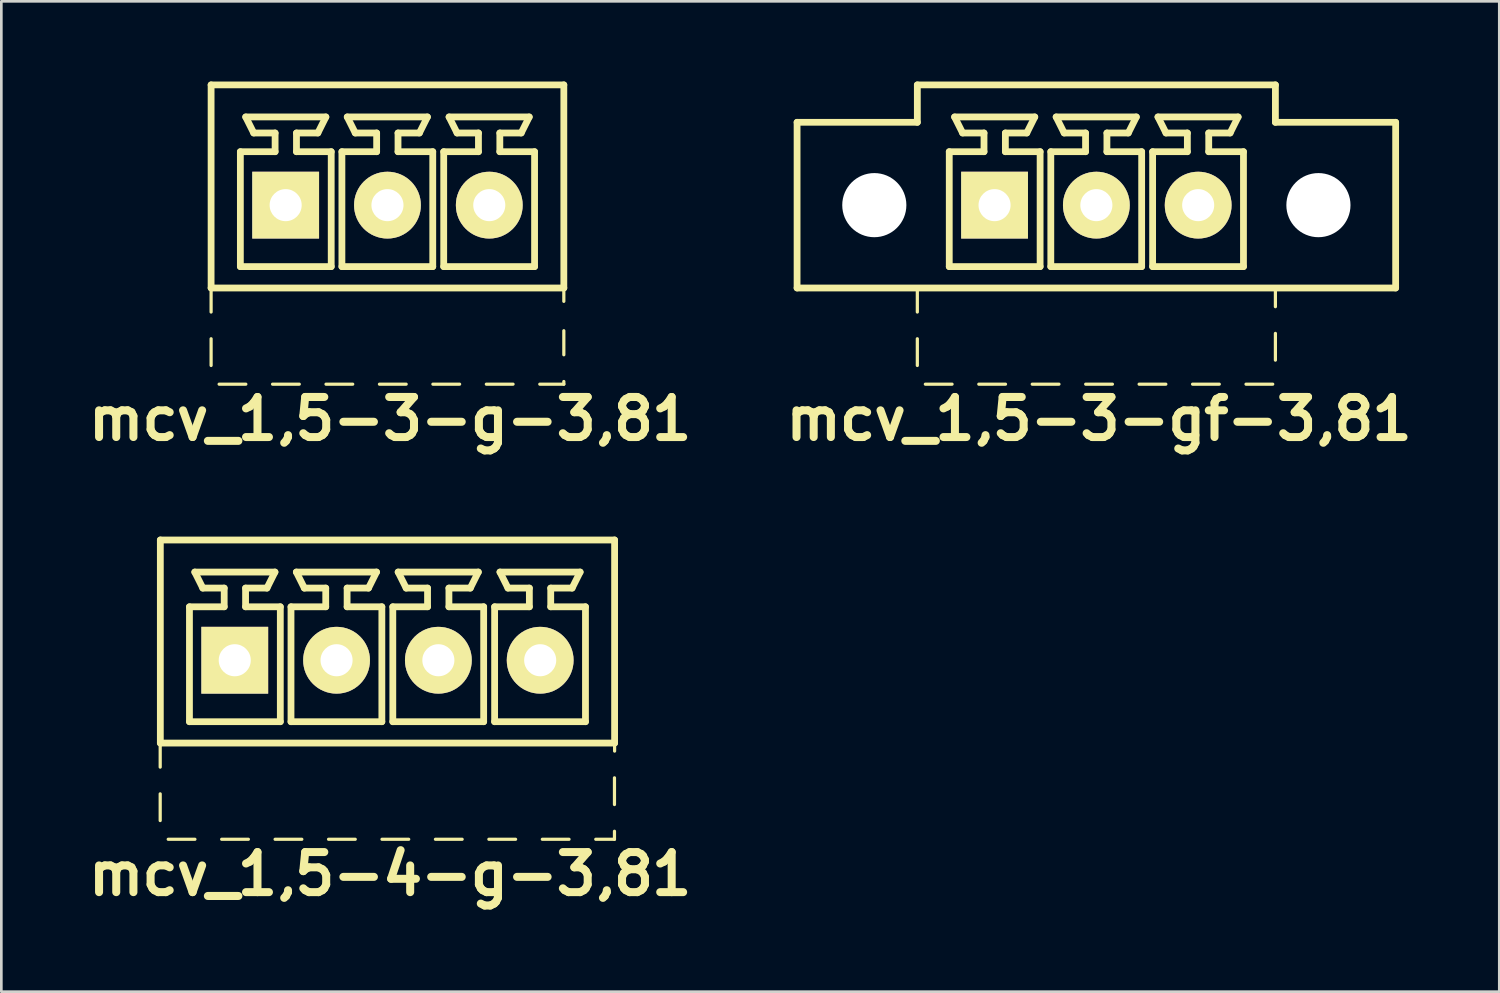
<source format=kicad_pcb>
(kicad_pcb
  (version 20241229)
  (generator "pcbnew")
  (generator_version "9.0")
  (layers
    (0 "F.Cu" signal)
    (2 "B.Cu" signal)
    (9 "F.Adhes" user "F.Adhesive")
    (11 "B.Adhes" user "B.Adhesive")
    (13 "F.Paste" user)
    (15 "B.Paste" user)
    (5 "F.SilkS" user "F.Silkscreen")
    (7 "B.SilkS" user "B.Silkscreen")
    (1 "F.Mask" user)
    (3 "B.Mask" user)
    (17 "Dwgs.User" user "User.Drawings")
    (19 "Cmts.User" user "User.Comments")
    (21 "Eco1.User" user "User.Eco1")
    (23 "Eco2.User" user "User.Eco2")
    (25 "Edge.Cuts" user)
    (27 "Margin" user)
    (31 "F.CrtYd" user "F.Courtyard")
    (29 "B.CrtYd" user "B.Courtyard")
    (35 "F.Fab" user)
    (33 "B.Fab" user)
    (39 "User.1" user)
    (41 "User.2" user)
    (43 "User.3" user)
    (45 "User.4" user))
  (footprint "mcv_1,5-3-gf-3,81"
    (layer "F.Cu")
    (at 37.979 4.627)
    (property "Reference" "mcv_1,5-3-gf-3,81" (at 0.1 8 0) (layer "F.SilkS") (effects (font (size 1.5 1.5) (thickness 0.3))))
    (attr through_hole)
    (fp_line (start -11.2 3.1) (end -11.2 -3.1) (stroke (width 0.254) (type solid)) (layer "F.SilkS"))
    (fp_line (start -11.2 3.1) (end 11.2 3.1) (stroke (width 0.254) (type solid)) (layer "F.SilkS"))
    (fp_line (start -6.7 -4.5) (end -6.7 -3.1) (stroke (width 0.254) (type solid)) (layer "F.SilkS"))
    (fp_line (start -6.7 -4.5) (end 6.7 -4.5) (stroke (width 0.254) (type solid)) (layer "F.SilkS"))
    (fp_line (start -6.7 -3.1) (end -11.2 -3.1) (stroke (width 0.254) (type solid)) (layer "F.SilkS"))
    (fp_line (start -6.7 3.1) (end -6.7 4) (stroke (width 0.12) (type solid)) (layer "F.SilkS"))
    (fp_line (start -6.7 5) (end -6.7 6) (stroke (width 0.12) (type solid)) (layer "F.SilkS"))
    (fp_line (start -6.4 6.7) (end -5.4 6.7) (stroke (width 0.12) (type solid)) (layer "F.SilkS"))
    (fp_line (start -5.505 -2) (end -4.205 -2) (stroke (width 0.254) (type solid)) (layer "F.SilkS"))
    (fp_line (start -5.505 2.3) (end -5.505 -2) (stroke (width 0.254) (type solid)) (layer "F.SilkS"))
    (fp_line (start -5.305 -3.3) (end -2.305 -3.3) (stroke (width 0.254) (type solid)) (layer "F.SilkS"))
    (fp_line (start -5.005 -2.7) (end -5.305 -3.3) (stroke (width 0.254) (type solid)) (layer "F.SilkS"))
    (fp_line (start -4.4 6.7) (end -3.4 6.7) (stroke (width 0.12) (type solid)) (layer "F.SilkS"))
    (fp_line (start -4.205 -2.7) (end -5.005 -2.7) (stroke (width 0.254) (type solid)) (layer "F.SilkS"))
    (fp_line (start -4.205 -2) (end -4.205 -2.7) (stroke (width 0.254) (type solid)) (layer "F.SilkS"))
    (fp_line (start -3.405 -2.7) (end -3.405 -2) (stroke (width 0.254) (type solid)) (layer "F.SilkS"))
    (fp_line (start -3.405 -2) (end -2.105 -2) (stroke (width 0.254) (type solid)) (layer "F.SilkS"))
    (fp_line (start -2.605 -2.7) (end -3.405 -2.7) (stroke (width 0.254) (type solid)) (layer "F.SilkS"))
    (fp_line (start -2.605 -2.7) (end -2.305 -3.3) (stroke (width 0.254) (type solid)) (layer "F.SilkS"))
    (fp_line (start -2.4 6.7) (end -1.4 6.7) (stroke (width 0.12) (type solid)) (layer "F.SilkS"))
    (fp_line (start -2.105 -2) (end -2.105 2.3) (stroke (width 0.254) (type solid)) (layer "F.SilkS"))
    (fp_line (start -2.105 2.3) (end -5.505 2.3) (stroke (width 0.254) (type solid)) (layer "F.SilkS"))
    (fp_line (start -1.705 -2) (end -0.405 -2) (stroke (width 0.254) (type solid)) (layer "F.SilkS"))
    (fp_line (start -1.705 2.3) (end -1.705 -2) (stroke (width 0.254) (type solid)) (layer "F.SilkS"))
    (fp_line (start -1.505 -3.3) (end 1.495 -3.3) (stroke (width 0.254) (type solid)) (layer "F.SilkS"))
    (fp_line (start -1.205 -2.7) (end -1.505 -3.3) (stroke (width 0.254) (type solid)) (layer "F.SilkS"))
    (fp_line (start -0.405 -2.7) (end -1.205 -2.7) (stroke (width 0.254) (type solid)) (layer "F.SilkS"))
    (fp_line (start -0.405 -2) (end -0.405 -2.7) (stroke (width 0.254) (type solid)) (layer "F.SilkS"))
    (fp_line (start -0.4 6.7) (end 0.6 6.7) (stroke (width 0.12) (type solid)) (layer "F.SilkS"))
    (fp_line (start 0.395 -2.7) (end 0.395 -2) (stroke (width 0.254) (type solid)) (layer "F.SilkS"))
    (fp_line (start 0.395 -2) (end 1.695 -2) (stroke (width 0.254) (type solid)) (layer "F.SilkS"))
    (fp_line (start 1.195 -2.7) (end 0.395 -2.7) (stroke (width 0.254) (type solid)) (layer "F.SilkS"))
    (fp_line (start 1.195 -2.7) (end 1.495 -3.3) (stroke (width 0.254) (type solid)) (layer "F.SilkS"))
    (fp_line (start 1.6 6.7) (end 2.6 6.7) (stroke (width 0.12) (type solid)) (layer "F.SilkS"))
    (fp_line (start 1.695 -2) (end 1.695 2.3) (stroke (width 0.254) (type solid)) (layer "F.SilkS"))
    (fp_line (start 1.695 2.3) (end -1.705 2.3) (stroke (width 0.254) (type solid)) (layer "F.SilkS"))
    (fp_line (start 2.105 -2) (end 3.405 -2) (stroke (width 0.254) (type solid)) (layer "F.SilkS"))
    (fp_line (start 2.105 2.3) (end 2.105 -2) (stroke (width 0.254) (type solid)) (layer "F.SilkS"))
    (fp_line (start 2.305 -3.3) (end 5.305 -3.3) (stroke (width 0.254) (type solid)) (layer "F.SilkS"))
    (fp_line (start 2.605 -2.7) (end 2.305 -3.3) (stroke (width 0.254) (type solid)) (layer "F.SilkS"))
    (fp_line (start 3.405 -2.7) (end 2.605 -2.7) (stroke (width 0.254) (type solid)) (layer "F.SilkS"))
    (fp_line (start 3.405 -2) (end 3.405 -2.7) (stroke (width 0.254) (type solid)) (layer "F.SilkS"))
    (fp_line (start 3.6 6.7) (end 4.6 6.7) (stroke (width 0.12) (type solid)) (layer "F.SilkS"))
    (fp_line (start 4.205 -2.7) (end 4.205 -2) (stroke (width 0.254) (type solid)) (layer "F.SilkS"))
    (fp_line (start 4.205 -2) (end 5.505 -2) (stroke (width 0.254) (type solid)) (layer "F.SilkS"))
    (fp_line (start 5.005 -2.7) (end 4.205 -2.7) (stroke (width 0.254) (type solid)) (layer "F.SilkS"))
    (fp_line (start 5.005 -2.7) (end 5.305 -3.3) (stroke (width 0.254) (type solid)) (layer "F.SilkS"))
    (fp_line (start 5.505 -2) (end 5.505 2.3) (stroke (width 0.254) (type solid)) (layer "F.SilkS"))
    (fp_line (start 5.505 2.3) (end 2.105 2.3) (stroke (width 0.254) (type solid)) (layer "F.SilkS"))
    (fp_line (start 5.6 6.7) (end 6.6 6.7) (stroke (width 0.12) (type solid)) (layer "F.SilkS"))
    (fp_line (start 6.7 -4.5) (end 6.7 -3.1) (stroke (width 0.254) (type solid)) (layer "F.SilkS"))
    (fp_line (start 6.7 -3.1) (end 11.2 -3.1) (stroke (width 0.254) (type solid)) (layer "F.SilkS"))
    (fp_line (start 6.7 3.8) (end 6.7 3.1) (stroke (width 0.12) (type solid)) (layer "F.SilkS"))
    (fp_line (start 6.7 5.8) (end 6.7 4.8) (stroke (width 0.12) (type solid)) (layer "F.SilkS"))
    (fp_line (start 11.2 3.1) (end 11.2 -3.1) (stroke (width 0.254) (type solid)) (layer "F.SilkS"))
    (pad "" np_thru_hole circle (at -8.31 0) (size 2.4 2.4) (drill 2.4) (layers "*.Cu" "*.Mask"))
    (pad "" np_thru_hole circle (at 8.31 0) (size 2.4 2.4) (drill 2.4) (layers "*.Cu" "*.Mask"))
    (pad "1" thru_hole rect (at -3.81 0) (size 2.5 2.5) (drill 1.2) (layers "*.Cu" "*.Mask" "F.SilkS"))
    (pad "2" thru_hole circle (at 0 0) (size 2.5 2.5) (drill 1.2) (layers "*.Cu" "*.Mask" "F.SilkS"))
    (pad "3" thru_hole circle (at 3.81 0) (size 2.5 2.5) (drill 1.2) (layers "*.Cu" "*.Mask" "F.SilkS")))
  (footprint "mcv_1,5-3-g-3,81"
    (layer "F.Cu")
    (at 11.45 4.627)
    (property "Reference" "mcv_1,5-3-g-3,81" (at 0.1 8 0) (layer "F.SilkS") (effects (font (size 1.5 1.5) (thickness 0.3))))
    (attr through_hole)
    (fp_line (start -6.6 -4.5) (end -6.6 3.1) (stroke (width 0.254) (type solid)) (layer "F.SilkS"))
    (fp_line (start -6.6 -4.5) (end 6.6 -4.5) (stroke (width 0.254) (type solid)) (layer "F.SilkS"))
    (fp_line (start -6.6 3.1) (end -6.6 4) (stroke (width 0.12) (type solid)) (layer "F.SilkS"))
    (fp_line (start -6.6 3.1) (end 6.6 3.1) (stroke (width 0.254) (type solid)) (layer "F.SilkS"))
    (fp_line (start -6.6 5) (end -6.6 6) (stroke (width 0.12) (type solid)) (layer "F.SilkS"))
    (fp_line (start -6.3 6.7) (end -5.3 6.7) (stroke (width 0.12) (type solid)) (layer "F.SilkS"))
    (fp_line (start -5.505 -2) (end -4.205 -2) (stroke (width 0.254) (type solid)) (layer "F.SilkS"))
    (fp_line (start -5.505 2.3) (end -5.505 -2) (stroke (width 0.254) (type solid)) (layer "F.SilkS"))
    (fp_line (start -5.305 -3.3) (end -2.305 -3.3) (stroke (width 0.254) (type solid)) (layer "F.SilkS"))
    (fp_line (start -5.005 -2.7) (end -5.305 -3.3) (stroke (width 0.254) (type solid)) (layer "F.SilkS"))
    (fp_line (start -4.3 6.7) (end -3.3 6.7) (stroke (width 0.12) (type solid)) (layer "F.SilkS"))
    (fp_line (start -4.205 -2.7) (end -5.005 -2.7) (stroke (width 0.254) (type solid)) (layer "F.SilkS"))
    (fp_line (start -4.205 -2) (end -4.205 -2.7) (stroke (width 0.254) (type solid)) (layer "F.SilkS"))
    (fp_line (start -3.405 -2.7) (end -3.405 -2) (stroke (width 0.254) (type solid)) (layer "F.SilkS"))
    (fp_line (start -3.405 -2) (end -2.105 -2) (stroke (width 0.254) (type solid)) (layer "F.SilkS"))
    (fp_line (start -2.605 -2.7) (end -3.405 -2.7) (stroke (width 0.254) (type solid)) (layer "F.SilkS"))
    (fp_line (start -2.605 -2.7) (end -2.305 -3.3) (stroke (width 0.254) (type solid)) (layer "F.SilkS"))
    (fp_line (start -2.3 6.7) (end -1.3 6.7) (stroke (width 0.12) (type solid)) (layer "F.SilkS"))
    (fp_line (start -2.105 -2) (end -2.105 2.3) (stroke (width 0.254) (type solid)) (layer "F.SilkS"))
    (fp_line (start -2.105 2.3) (end -5.505 2.3) (stroke (width 0.254) (type solid)) (layer "F.SilkS"))
    (fp_line (start -1.705 -2) (end -0.405 -2) (stroke (width 0.254) (type solid)) (layer "F.SilkS"))
    (fp_line (start -1.705 2.3) (end -1.705 -2) (stroke (width 0.254) (type solid)) (layer "F.SilkS"))
    (fp_line (start -1.505 -3.3) (end 1.495 -3.3) (stroke (width 0.254) (type solid)) (layer "F.SilkS"))
    (fp_line (start -1.205 -2.7) (end -1.505 -3.3) (stroke (width 0.254) (type solid)) (layer "F.SilkS"))
    (fp_line (start -0.405 -2.7) (end -1.205 -2.7) (stroke (width 0.254) (type solid)) (layer "F.SilkS"))
    (fp_line (start -0.405 -2) (end -0.405 -2.7) (stroke (width 0.254) (type solid)) (layer "F.SilkS"))
    (fp_line (start -0.3 6.7) (end 0.7 6.7) (stroke (width 0.12) (type solid)) (layer "F.SilkS"))
    (fp_line (start 0.395 -2.7) (end 0.395 -2) (stroke (width 0.254) (type solid)) (layer "F.SilkS"))
    (fp_line (start 0.395 -2) (end 1.695 -2) (stroke (width 0.254) (type solid)) (layer "F.SilkS"))
    (fp_line (start 1.195 -2.7) (end 0.395 -2.7) (stroke (width 0.254) (type solid)) (layer "F.SilkS"))
    (fp_line (start 1.195 -2.7) (end 1.495 -3.3) (stroke (width 0.254) (type solid)) (layer "F.SilkS"))
    (fp_line (start 1.695 -2) (end 1.695 2.3) (stroke (width 0.254) (type solid)) (layer "F.SilkS"))
    (fp_line (start 1.695 2.3) (end -1.705 2.3) (stroke (width 0.254) (type solid)) (layer "F.SilkS"))
    (fp_line (start 1.7 6.7) (end 2.7 6.7) (stroke (width 0.12) (type solid)) (layer "F.SilkS"))
    (fp_line (start 2.105 -2) (end 3.405 -2) (stroke (width 0.254) (type solid)) (layer "F.SilkS"))
    (fp_line (start 2.105 2.3) (end 2.105 -2) (stroke (width 0.254) (type solid)) (layer "F.SilkS"))
    (fp_line (start 2.305 -3.3) (end 5.305 -3.3) (stroke (width 0.254) (type solid)) (layer "F.SilkS"))
    (fp_line (start 2.605 -2.7) (end 2.305 -3.3) (stroke (width 0.254) (type solid)) (layer "F.SilkS"))
    (fp_line (start 3.405 -2.7) (end 2.605 -2.7) (stroke (width 0.254) (type solid)) (layer "F.SilkS"))
    (fp_line (start 3.405 -2) (end 3.405 -2.7) (stroke (width 0.254) (type solid)) (layer "F.SilkS"))
    (fp_line (start 3.7 6.7) (end 4.7 6.7) (stroke (width 0.12) (type solid)) (layer "F.SilkS"))
    (fp_line (start 4.205 -2.7) (end 4.205 -2) (stroke (width 0.254) (type solid)) (layer "F.SilkS"))
    (fp_line (start 4.205 -2) (end 5.505 -2) (stroke (width 0.254) (type solid)) (layer "F.SilkS"))
    (fp_line (start 5.005 -2.7) (end 4.205 -2.7) (stroke (width 0.254) (type solid)) (layer "F.SilkS"))
    (fp_line (start 5.005 -2.7) (end 5.305 -3.3) (stroke (width 0.254) (type solid)) (layer "F.SilkS"))
    (fp_line (start 5.505 -2) (end 5.505 2.3) (stroke (width 0.254) (type solid)) (layer "F.SilkS"))
    (fp_line (start 5.505 2.3) (end 2.105 2.3) (stroke (width 0.254) (type solid)) (layer "F.SilkS"))
    (fp_line (start 5.7 6.7) (end 6.6 6.7) (stroke (width 0.12) (type solid)) (layer "F.SilkS"))
    (fp_line (start 6.6 -4.5) (end 6.6 3.1) (stroke (width 0.254) (type solid)) (layer "F.SilkS"))
    (fp_line (start 6.6 3.6) (end 6.6 3.1) (stroke (width 0.12) (type solid)) (layer "F.SilkS"))
    (fp_line (start 6.6 5.6) (end 6.6 4.7) (stroke (width 0.12) (type solid)) (layer "F.SilkS"))
    (fp_line (start 6.6 6.6) (end 6.6 6.7) (stroke (width 0.12) (type solid)) (layer "F.SilkS"))
    (pad "1" thru_hole rect (at -3.81 0) (size 2.5 2.5) (drill 1.2) (layers "*.Cu" "*.Mask" "F.SilkS"))
    (pad "2" thru_hole circle (at 0 0) (size 2.5 2.5) (drill 1.2) (layers "*.Cu" "*.Mask" "F.SilkS"))
    (pad "3" thru_hole circle (at 3.81 0) (size 2.5 2.5) (drill 1.2) (layers "*.Cu" "*.Mask" "F.SilkS")))
  (footprint "mcv_1,5-4-g-3,81"
    (layer "F.Cu")
    (at 11.45 21.658)
    (property "Reference" "mcv_1,5-4-g-3,81" (at 0.1 8 0) (layer "F.SilkS") (effects (font (size 1.5 1.5) (thickness 0.3))))
    (attr through_hole)
    (fp_line (start -8.505 3.1) (end -8.505 4) (stroke (width 0.12) (type solid)) (layer "F.SilkS"))
    (fp_line (start -8.505 5) (end -8.505 6) (stroke (width 0.12) (type solid)) (layer "F.SilkS"))
    (fp_line (start -8.5 -4.5) (end -8.5 3.1) (stroke (width 0.254) (type solid)) (layer "F.SilkS"))
    (fp_line (start -8.5 -4.5) (end 8.5 -4.5) (stroke (width 0.254) (type solid)) (layer "F.SilkS"))
    (fp_line (start -8.5 3.1) (end 8.5 3.1) (stroke (width 0.254) (type solid)) (layer "F.SilkS"))
    (fp_line (start -8.205 6.7) (end -7.205 6.7) (stroke (width 0.12) (type solid)) (layer "F.SilkS"))
    (fp_line (start -7.41 -2) (end -6.11 -2) (stroke (width 0.254) (type solid)) (layer "F.SilkS"))
    (fp_line (start -7.41 2.3) (end -7.41 -2) (stroke (width 0.254) (type solid)) (layer "F.SilkS"))
    (fp_line (start -7.21 -3.3) (end -4.21 -3.3) (stroke (width 0.254) (type solid)) (layer "F.SilkS"))
    (fp_line (start -6.91 -2.7) (end -7.21 -3.3) (stroke (width 0.254) (type solid)) (layer "F.SilkS"))
    (fp_line (start -6.205 6.7) (end -5.205 6.7) (stroke (width 0.12) (type solid)) (layer "F.SilkS"))
    (fp_line (start -6.11 -2.7) (end -6.91 -2.7) (stroke (width 0.254) (type solid)) (layer "F.SilkS"))
    (fp_line (start -6.11 -2) (end -6.11 -2.7) (stroke (width 0.254) (type solid)) (layer "F.SilkS"))
    (fp_line (start -5.31 -2.7) (end -5.31 -2) (stroke (width 0.254) (type solid)) (layer "F.SilkS"))
    (fp_line (start -5.31 -2) (end -4.01 -2) (stroke (width 0.254) (type solid)) (layer "F.SilkS"))
    (fp_line (start -4.51 -2.7) (end -5.31 -2.7) (stroke (width 0.254) (type solid)) (layer "F.SilkS"))
    (fp_line (start -4.51 -2.7) (end -4.21 -3.3) (stroke (width 0.254) (type solid)) (layer "F.SilkS"))
    (fp_line (start -4.205 6.7) (end -3.205 6.7) (stroke (width 0.12) (type solid)) (layer "F.SilkS"))
    (fp_line (start -4.01 -2) (end -4.01 2.3) (stroke (width 0.254) (type solid)) (layer "F.SilkS"))
    (fp_line (start -4.01 2.3) (end -7.41 2.3) (stroke (width 0.254) (type solid)) (layer "F.SilkS"))
    (fp_line (start -3.61 -2) (end -2.31 -2) (stroke (width 0.254) (type solid)) (layer "F.SilkS"))
    (fp_line (start -3.61 2.3) (end -3.61 -2) (stroke (width 0.254) (type solid)) (layer "F.SilkS"))
    (fp_line (start -3.41 -3.3) (end -0.41 -3.3) (stroke (width 0.254) (type solid)) (layer "F.SilkS"))
    (fp_line (start -3.11 -2.7) (end -3.41 -3.3) (stroke (width 0.254) (type solid)) (layer "F.SilkS"))
    (fp_line (start -2.31 -2.7) (end -3.11 -2.7) (stroke (width 0.254) (type solid)) (layer "F.SilkS"))
    (fp_line (start -2.31 -2) (end -2.31 -2.7) (stroke (width 0.254) (type solid)) (layer "F.SilkS"))
    (fp_line (start -2.205 6.7) (end -1.205 6.7) (stroke (width 0.12) (type solid)) (layer "F.SilkS"))
    (fp_line (start -1.51 -2.7) (end -1.51 -2) (stroke (width 0.254) (type solid)) (layer "F.SilkS"))
    (fp_line (start -1.51 -2) (end -0.21 -2) (stroke (width 0.254) (type solid)) (layer "F.SilkS"))
    (fp_line (start -0.71 -2.7) (end -1.51 -2.7) (stroke (width 0.254) (type solid)) (layer "F.SilkS"))
    (fp_line (start -0.71 -2.7) (end -0.41 -3.3) (stroke (width 0.254) (type solid)) (layer "F.SilkS"))
    (fp_line (start -0.21 -2) (end -0.21 2.3) (stroke (width 0.254) (type solid)) (layer "F.SilkS"))
    (fp_line (start -0.21 2.3) (end -3.61 2.3) (stroke (width 0.254) (type solid)) (layer "F.SilkS"))
    (fp_line (start -0.205 6.7) (end 0.795 6.7) (stroke (width 0.12) (type solid)) (layer "F.SilkS"))
    (fp_line (start 0.2 -2) (end 1.5 -2) (stroke (width 0.254) (type solid)) (layer "F.SilkS"))
    (fp_line (start 0.2 2.3) (end 0.2 -2) (stroke (width 0.254) (type solid)) (layer "F.SilkS"))
    (fp_line (start 0.4 -3.3) (end 3.4 -3.3) (stroke (width 0.254) (type solid)) (layer "F.SilkS"))
    (fp_line (start 0.7 -2.7) (end 0.4 -3.3) (stroke (width 0.254) (type solid)) (layer "F.SilkS"))
    (fp_line (start 1.5 -2.7) (end 0.7 -2.7) (stroke (width 0.254) (type solid)) (layer "F.SilkS"))
    (fp_line (start 1.5 -2) (end 1.5 -2.7) (stroke (width 0.254) (type solid)) (layer "F.SilkS"))
    (fp_line (start 1.795 6.7) (end 2.795 6.7) (stroke (width 0.12) (type solid)) (layer "F.SilkS"))
    (fp_line (start 2.3 -2.7) (end 2.3 -2) (stroke (width 0.254) (type solid)) (layer "F.SilkS"))
    (fp_line (start 2.3 -2) (end 3.6 -2) (stroke (width 0.254) (type solid)) (layer "F.SilkS"))
    (fp_line (start 3.1 -2.7) (end 2.3 -2.7) (stroke (width 0.254) (type solid)) (layer "F.SilkS"))
    (fp_line (start 3.1 -2.7) (end 3.4 -3.3) (stroke (width 0.254) (type solid)) (layer "F.SilkS"))
    (fp_line (start 3.6 -2) (end 3.6 2.3) (stroke (width 0.254) (type solid)) (layer "F.SilkS"))
    (fp_line (start 3.6 2.3) (end 0.2 2.3) (stroke (width 0.254) (type solid)) (layer "F.SilkS"))
    (fp_line (start 3.795 6.7) (end 4.795 6.7) (stroke (width 0.12) (type solid)) (layer "F.SilkS"))
    (fp_line (start 4.01 -2) (end 5.31 -2) (stroke (width 0.254) (type solid)) (layer "F.SilkS"))
    (fp_line (start 4.01 2.3) (end 4.01 -2) (stroke (width 0.254) (type solid)) (layer "F.SilkS"))
    (fp_line (start 4.21 -3.3) (end 7.21 -3.3) (stroke (width 0.254) (type solid)) (layer "F.SilkS"))
    (fp_line (start 4.51 -2.7) (end 4.21 -3.3) (stroke (width 0.254) (type solid)) (layer "F.SilkS"))
    (fp_line (start 5.31 -2.7) (end 4.51 -2.7) (stroke (width 0.254) (type solid)) (layer "F.SilkS"))
    (fp_line (start 5.31 -2) (end 5.31 -2.7) (stroke (width 0.254) (type solid)) (layer "F.SilkS"))
    (fp_line (start 5.795 6.7) (end 6.795 6.7) (stroke (width 0.12) (type solid)) (layer "F.SilkS"))
    (fp_line (start 6.11 -2.7) (end 6.11 -2) (stroke (width 0.254) (type solid)) (layer "F.SilkS"))
    (fp_line (start 6.11 -2) (end 7.41 -2) (stroke (width 0.254) (type solid)) (layer "F.SilkS"))
    (fp_line (start 6.91 -2.7) (end 6.11 -2.7) (stroke (width 0.254) (type solid)) (layer "F.SilkS"))
    (fp_line (start 6.91 -2.7) (end 7.21 -3.3) (stroke (width 0.254) (type solid)) (layer "F.SilkS"))
    (fp_line (start 7.41 -2) (end 7.41 2.3) (stroke (width 0.254) (type solid)) (layer "F.SilkS"))
    (fp_line (start 7.41 2.3) (end 4.01 2.3) (stroke (width 0.254) (type solid)) (layer "F.SilkS"))
    (fp_line (start 7.795 6.7) (end 8.495 6.7) (stroke (width 0.12) (type solid)) (layer "F.SilkS"))
    (fp_line (start 8.495 4.4) (end 8.495 5.4) (stroke (width 0.12) (type solid)) (layer "F.SilkS"))
    (fp_line (start 8.495 6.4) (end 8.495 6.7) (stroke (width 0.12) (type solid)) (layer "F.SilkS"))
    (fp_line (start 8.5 -4.5) (end 8.5 3.1) (stroke (width 0.254) (type solid)) (layer "F.SilkS"))
    (fp_line (start 8.5 3.1) (end 8.5 3.4) (stroke (width 0.12) (type solid)) (layer "F.SilkS"))
    (pad "1" thru_hole rect (at -5.715 0) (size 2.5 2.5) (drill 1.2) (layers "*.Cu" "*.Mask" "F.SilkS"))
    (pad "2" thru_hole circle (at -1.905 0) (size 2.5 2.5) (drill 1.2) (layers "*.Cu" "*.Mask" "F.SilkS"))
    (pad "3" thru_hole circle (at 1.905 0) (size 2.5 2.5) (drill 1.2) (layers "*.Cu" "*.Mask" "F.SilkS"))
    (pad "4" thru_hole circle (at 5.715 0) (size 2.5 2.5) (drill 1.2) (layers "*.Cu" "*.Mask" "F.SilkS")))
  (gr_rect
    (start -3 -3)
    (end 53.057 34.062)
    (stroke (width 0.1) (type default))
    (fill no)
    (layer "Edge.Cuts")))
</source>
